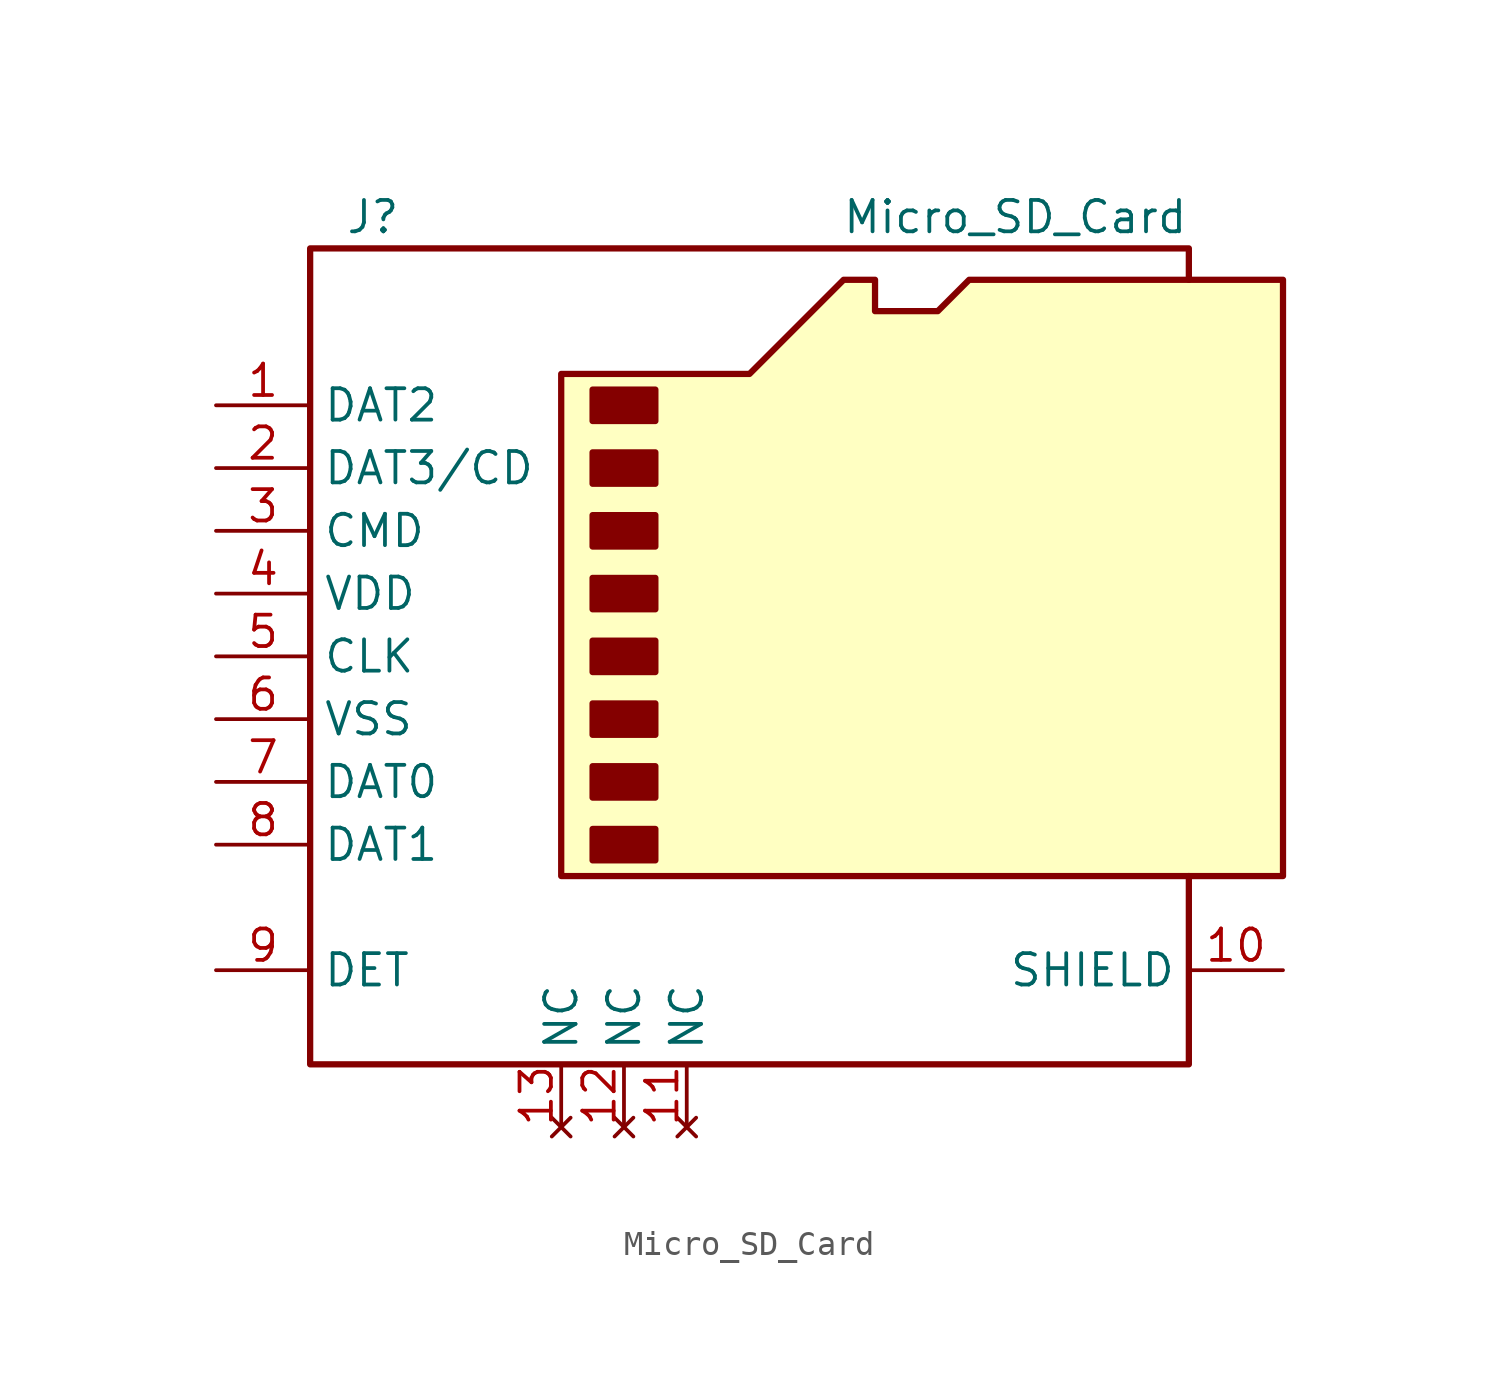
<source format=kicad_sym>
(kicad_symbol_lib
  (version 20241209)
  (generator "kicad_symbol_editor")
  (generator_version "9.0")
  (symbol "Micro_SD_Card"
    (property "Reference" "J"
      (at -16.51 17.78 0)
      (effects (font (size 1.27 1.27))))
    (property "Value" "Micro_SD_Card"
      (at 16.51 17.78 0)
      (effects (font (size 1.27 1.27)) (justify right)))
    (symbol "Micro_SD_Card_0_1"
      (polyline (pts (xy -8.89 -8.89) (xy -8.89 11.43) (xy -1.27 11.43) (xy 2.54 15.24) (xy 3.81 15.24) (xy 3.81 13.97) (xy 6.35 13.97) (xy 7.62 15.24) (xy 20.32 15.24) (xy 20.32 -8.89) (xy -8.89 -8.89)) (stroke (width 0.254) (type default)) (fill (type background)))
      (rectangle (start -7.62 10.795) (end -5.08 9.525) (stroke (width 0.254) (type default)) (fill (type outline)))
      (rectangle (start -7.62 8.255) (end -5.08 6.985) (stroke (width 0.254) (type default)) (fill (type outline)))
      (rectangle (start -7.62 5.715) (end -5.08 4.445) (stroke (width 0.254) (type default)) (fill (type outline)))
      (rectangle (start -7.62 3.175) (end -5.08 1.905) (stroke (width 0.254) (type default)) (fill (type outline)))
      (rectangle (start -7.62 0.635) (end -5.08 -0.635) (stroke (width 0.254) (type default)) (fill (type outline)))
      (rectangle (start -7.62 -1.905) (end -5.08 -3.175) (stroke (width 0.254) (type default)) (fill (type outline)))
      (rectangle (start -7.62 -4.445) (end -5.08 -5.715) (stroke (width 0.254) (type default)) (fill (type outline)))
      (rectangle (start -7.62 -6.985) (end -5.08 -8.255) (stroke (width 0.254) (type default)) (fill (type outline)))
      (polyline (pts (xy 16.51 15.24) (xy 16.51 16.51) (xy -19.05 16.51) (xy -19.05 -16.51) (xy 16.51 -16.51) (xy 16.51 -8.89)) (stroke (width 0.254) (type default)) (fill (type none))))
    (symbol "Micro_SD_Card_1_1"
      (pin bidirectional line (at -22.86 10.16 0) (length 3.81) (name "DAT2" (effects (font (size 1.27 1.27)))) (number "1" (effects (font (size 1.27 1.27)))))
      (pin bidirectional line (at -22.86 7.62 0) (length 3.81) (name "DAT3/CD" (effects (font (size 1.27 1.27)))) (number "2" (effects (font (size 1.27 1.27)))))
      (pin input line (at -22.86 5.08 0) (length 3.81) (name "CMD" (effects (font (size 1.27 1.27)))) (number "3" (effects (font (size 1.27 1.27)))))
      (pin power_in line (at -22.86 2.54 0) (length 3.81) (name "VDD" (effects (font (size 1.27 1.27)))) (number "4" (effects (font (size 1.27 1.27)))))
      (pin input line (at -22.86 0 0) (length 3.81) (name "CLK" (effects (font (size 1.27 1.27)))) (number "5" (effects (font (size 1.27 1.27)))))
      (pin power_in line (at -22.86 -2.54 0) (length 3.81) (name "VSS" (effects (font (size 1.27 1.27)))) (number "6" (effects (font (size 1.27 1.27)))))
      (pin bidirectional line (at -22.86 -5.08 0) (length 3.81) (name "DAT0" (effects (font (size 1.27 1.27)))) (number "7" (effects (font (size 1.27 1.27)))))
      (pin bidirectional line (at -22.86 -7.62 0) (length 3.81) (name "DAT1" (effects (font (size 1.27 1.27)))) (number "8" (effects (font (size 1.27 1.27)))))
      (pin passive line (at -22.86 -12.7 0) (length 3.81) (name "DET" (effects (font (size 1.27 1.27)))) (number "9" (effects (font (size 1.27 1.27)))))
      (pin no_connect line (at -8.89 -19.05 90) (length 2.54) (name "NC" (effects (font (size 1.27 1.27)))) (number "13" (effects (font (size 1.27 1.27)))))
      (pin no_connect line (at -6.35 -19.05 90) (length 2.54) (name "NC" (effects (font (size 1.27 1.27)))) (number "12" (effects (font (size 1.27 1.27)))))
      (pin no_connect line (at -3.81 -19.05 90) (length 2.54) (name "NC" (effects (font (size 1.27 1.27)))) (number "11" (effects (font (size 1.27 1.27)))))
      (pin passive line (at 20.32 -12.7 180) (length 3.81) (name "SHIELD" (effects (font (size 1.27 1.27)))) (number "10" (effects (font (size 1.27 1.27))))))))
</source>
